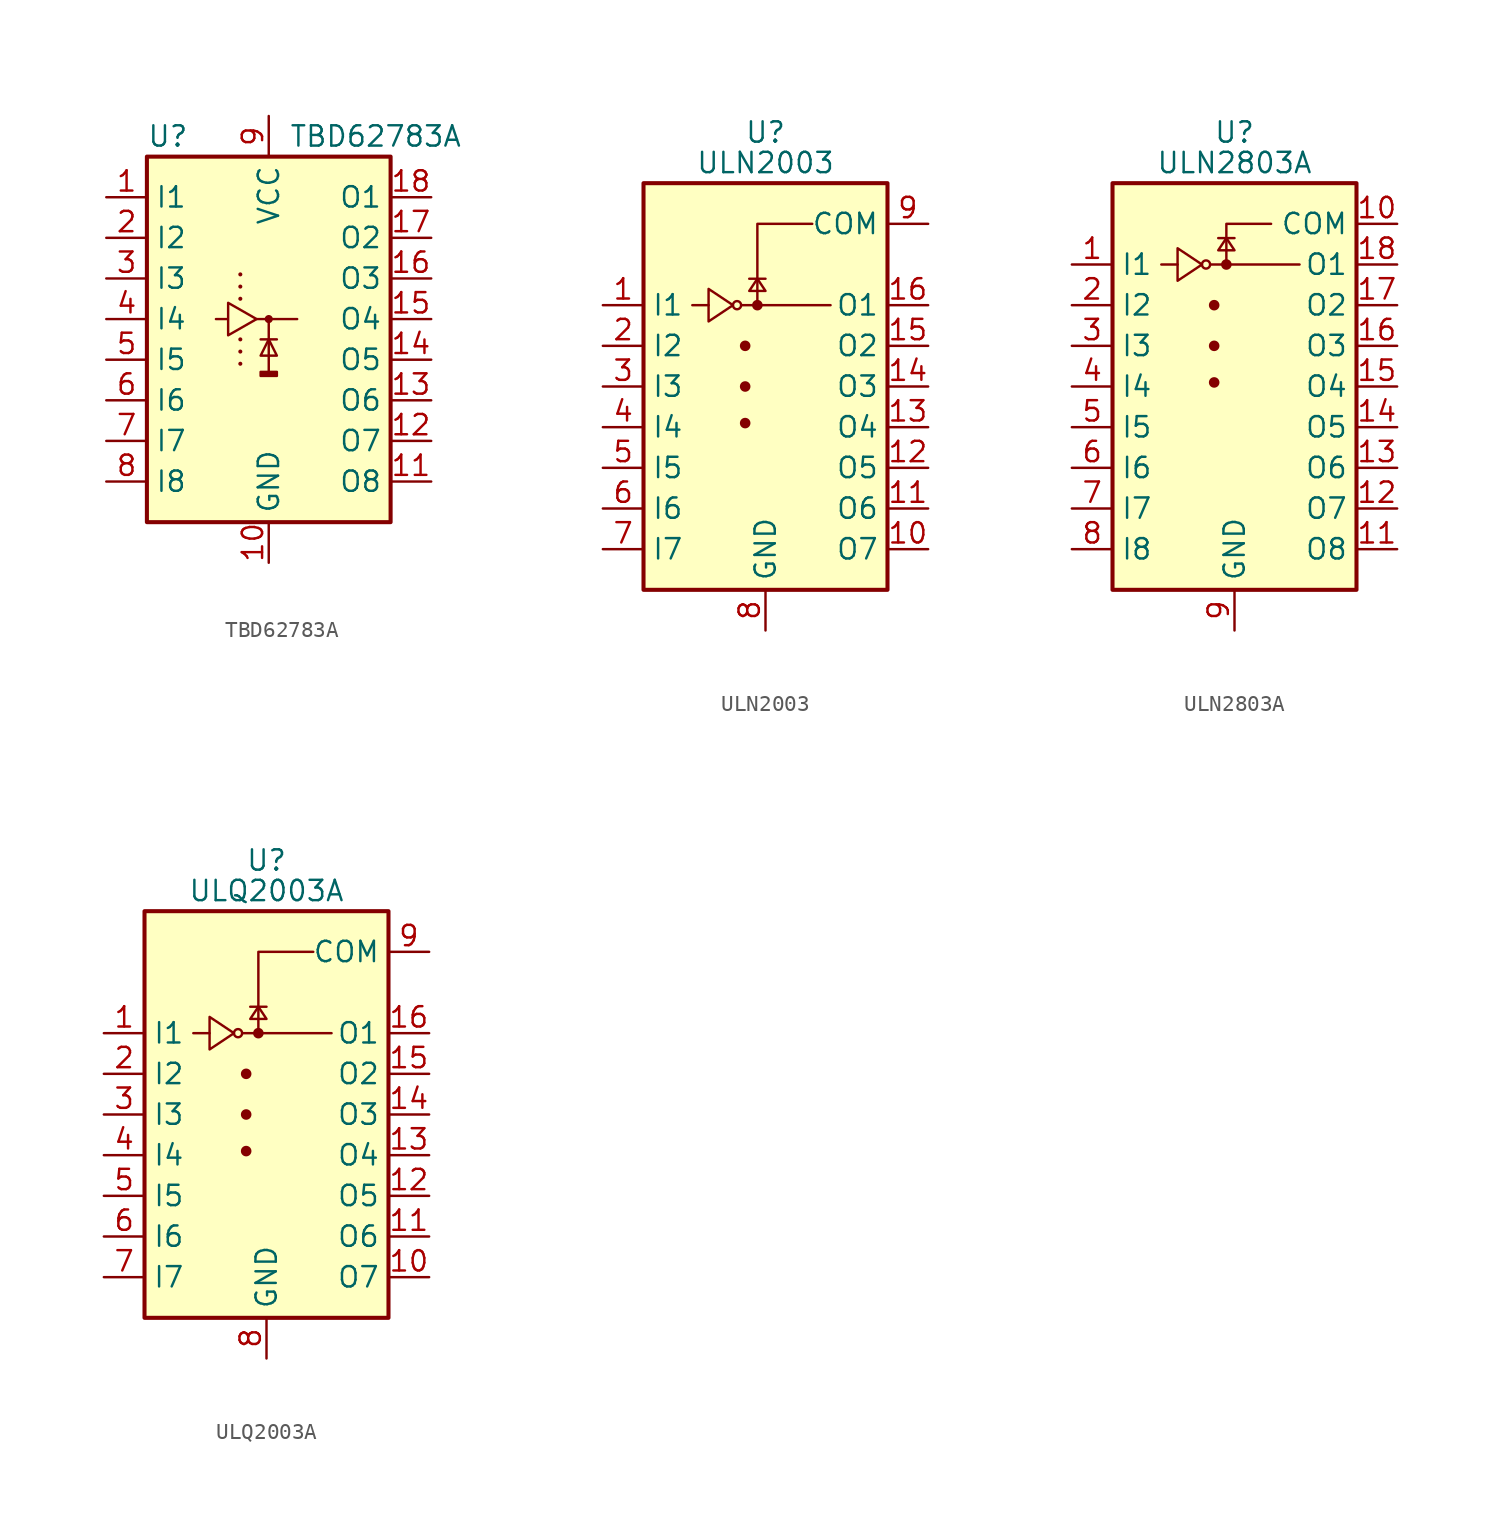
<source format=kicad_sym>
(kicad_symbol_lib
  (version 20201005)
  (generator kicad_symbol_editor)
  (symbol "Transistor_Array:TBD62783A"
    (property "Reference" "U"
      (at -7.62 11.43 0)
      (effects (font (size 1.27 1.27)) (justify left)))
    (property "Value" "TBD62783A"
      (at 1.27 11.43 0)
      (effects (font (size 1.27 1.27)) (justify left)))
    (symbol "TBD62783A_0_1"
      (rectangle (start -0.508 -3.302) (end 0.508 -3.556) (stroke (width 0)) (fill (type outline)))
      (rectangle (start -7.62 10.16) (end 7.62 -12.7) (stroke (width 0.254)) (fill (type background)))
      (polyline (pts (xy -1.778 -2.794) (xy -1.778 -2.794)) (stroke (width 0.254)) (fill (type none)))
      (polyline (pts (xy -1.778 -2.032) (xy -1.778 -2.032)) (stroke (width 0.254)) (fill (type none)))
      (polyline (pts (xy -1.778 -1.27) (xy -1.778 -1.27)) (stroke (width 0.254)) (fill (type none)))
      (polyline (pts (xy -1.778 1.27) (xy -1.778 1.27)) (stroke (width 0.254)) (fill (type none)))
      (polyline (pts (xy -1.778 2.032) (xy -1.778 2.032)) (stroke (width 0.254)) (fill (type none)))
      (polyline (pts (xy -1.778 2.794) (xy -1.778 2.794)) (stroke (width 0.254)) (fill (type none)))
      (polyline (pts (xy -0.762 0) (xy 1.778 0)) (stroke (width 0)) (fill (type none)))
      (polyline (pts (xy -0.508 -1.27) (xy 0.508 -1.27)) (stroke (width 0)) (fill (type none)))
      (polyline (pts (xy 0 0) (xy 0 -3.302)) (stroke (width 0)) (fill (type none)))
      (polyline (pts (xy 0 0) (xy 0 0)) (stroke (width 0.508)) (fill (type none)))
      (polyline (pts (xy 0 -1.27) (xy -0.508 -2.286) (xy 0.508 -2.286) (xy 0 -1.27)) (stroke (width 0)) (fill (type none)))
      (polyline (pts (xy -3.302 0) (xy -2.54 0) (xy -2.54 1.016) (xy -0.762 0) (xy -2.54 -1.016) (xy -2.54 0)) (stroke (width 0)) (fill (type none))))
    (symbol "TBD62783A_1_1"
      (pin input line (at -10.16 7.62 0) (length 2.54) (name "I1" (effects (font (size 1.27 1.27)))) (number "1" (effects (font (size 1.27 1.27)))))
      (pin power_in line (at 0 -15.24 90) (length 2.54) (name "GND" (effects (font (size 1.27 1.27)))) (number "10" (effects (font (size 1.27 1.27)))))
      (pin open_emitter line (at 10.16 -10.16 180) (length 2.54) (name "O8" (effects (font (size 1.27 1.27)))) (number "11" (effects (font (size 1.27 1.27)))))
      (pin open_emitter line (at 10.16 -7.62 180) (length 2.54) (name "O7" (effects (font (size 1.27 1.27)))) (number "12" (effects (font (size 1.27 1.27)))))
      (pin open_emitter line (at 10.16 -5.08 180) (length 2.54) (name "O6" (effects (font (size 1.27 1.27)))) (number "13" (effects (font (size 1.27 1.27)))))
      (pin open_emitter line (at 10.16 -2.54 180) (length 2.54) (name "O5" (effects (font (size 1.27 1.27)))) (number "14" (effects (font (size 1.27 1.27)))))
      (pin open_emitter line (at 10.16 0 180) (length 2.54) (name "O4" (effects (font (size 1.27 1.27)))) (number "15" (effects (font (size 1.27 1.27)))))
      (pin open_emitter line (at 10.16 2.54 180) (length 2.54) (name "O3" (effects (font (size 1.27 1.27)))) (number "16" (effects (font (size 1.27 1.27)))))
      (pin open_emitter line (at 10.16 5.08 180) (length 2.54) (name "O2" (effects (font (size 1.27 1.27)))) (number "17" (effects (font (size 1.27 1.27)))))
      (pin open_emitter line (at 10.16 7.62 180) (length 2.54) (name "O1" (effects (font (size 1.27 1.27)))) (number "18" (effects (font (size 1.27 1.27)))))
      (pin input line (at -10.16 5.08 0) (length 2.54) (name "I2" (effects (font (size 1.27 1.27)))) (number "2" (effects (font (size 1.27 1.27)))))
      (pin input line (at -10.16 2.54 0) (length 2.54) (name "I3" (effects (font (size 1.27 1.27)))) (number "3" (effects (font (size 1.27 1.27)))))
      (pin input line (at -10.16 0 0) (length 2.54) (name "I4" (effects (font (size 1.27 1.27)))) (number "4" (effects (font (size 1.27 1.27)))))
      (pin input line (at -10.16 -2.54 0) (length 2.54) (name "I5" (effects (font (size 1.27 1.27)))) (number "5" (effects (font (size 1.27 1.27)))))
      (pin input line (at -10.16 -5.08 0) (length 2.54) (name "I6" (effects (font (size 1.27 1.27)))) (number "6" (effects (font (size 1.27 1.27)))))
      (pin input line (at -10.16 -7.62 0) (length 2.54) (name "I7" (effects (font (size 1.27 1.27)))) (number "7" (effects (font (size 1.27 1.27)))))
      (pin input line (at -10.16 -10.16 0) (length 2.54) (name "I8" (effects (font (size 1.27 1.27)))) (number "8" (effects (font (size 1.27 1.27)))))
      (pin power_in line (at 0 12.7 270) (length 2.54) (name "VCC" (effects (font (size 1.27 1.27)))) (number "9" (effects (font (size 1.27 1.27)))))))
  (symbol "Transistor_Array:ULN2003"
    (property "Reference" "U"
      (at 0 15.875 0)
      (effects (font (size 1.27 1.27))))
    (property "Value" "ULN2003"
      (at 0 13.97 0)
      (effects (font (size 1.27 1.27))))
    (symbol "ULN2003_0_1"
      (circle (center -1.778 5.08) (radius 0.254) (stroke (width 0)) (fill (type none)))
      (circle (center -1.27 -2.286) (radius 0.254) (stroke (width 0)) (fill (type outline)))
      (circle (center -1.27 0) (radius 0.254) (stroke (width 0)) (fill (type outline)))
      (circle (center -1.27 2.54) (radius 0.254) (stroke (width 0)) (fill (type outline)))
      (circle (center -0.508 5.08) (radius 0.254) (stroke (width 0)) (fill (type outline)))
      (rectangle (start -7.62 -12.7) (end 7.62 12.7) (stroke (width 0.254)) (fill (type background)))
      (polyline (pts (xy -4.572 5.08) (xy -3.556 5.08)) (stroke (width 0)) (fill (type none)))
      (polyline (pts (xy -1.524 5.08) (xy 4.064 5.08)) (stroke (width 0)) (fill (type none)))
      (polyline (pts (xy 0 6.731) (xy -1.016 6.731)) (stroke (width 0)) (fill (type none)))
      (polyline (pts (xy -0.508 5.08) (xy -0.508 10.16) (xy 2.921 10.16)) (stroke (width 0)) (fill (type none)))
      (polyline (pts (xy -3.556 6.096) (xy -3.556 4.064) (xy -2.032 5.08) (xy -3.556 6.096)) (stroke (width 0)) (fill (type none)))
      (polyline (pts (xy 0 5.969) (xy -1.016 5.969) (xy -0.508 6.731) (xy 0 5.969)) (stroke (width 0)) (fill (type none))))
    (symbol "ULN2003_1_1"
      (pin input line (at -10.16 5.08 0) (length 2.54) (name "I1" (effects (font (size 1.27 1.27)))) (number "1" (effects (font (size 1.27 1.27)))))
      (pin open_collector line (at 10.16 -10.16 180) (length 2.54) (name "O7" (effects (font (size 1.27 1.27)))) (number "10" (effects (font (size 1.27 1.27)))))
      (pin open_collector line (at 10.16 -7.62 180) (length 2.54) (name "O6" (effects (font (size 1.27 1.27)))) (number "11" (effects (font (size 1.27 1.27)))))
      (pin open_collector line (at 10.16 -5.08 180) (length 2.54) (name "O5" (effects (font (size 1.27 1.27)))) (number "12" (effects (font (size 1.27 1.27)))))
      (pin open_collector line (at 10.16 -2.54 180) (length 2.54) (name "O4" (effects (font (size 1.27 1.27)))) (number "13" (effects (font (size 1.27 1.27)))))
      (pin open_collector line (at 10.16 0 180) (length 2.54) (name "O3" (effects (font (size 1.27 1.27)))) (number "14" (effects (font (size 1.27 1.27)))))
      (pin open_collector line (at 10.16 2.54 180) (length 2.54) (name "O2" (effects (font (size 1.27 1.27)))) (number "15" (effects (font (size 1.27 1.27)))))
      (pin open_collector line (at 10.16 5.08 180) (length 2.54) (name "O1" (effects (font (size 1.27 1.27)))) (number "16" (effects (font (size 1.27 1.27)))))
      (pin input line (at -10.16 2.54 0) (length 2.54) (name "I2" (effects (font (size 1.27 1.27)))) (number "2" (effects (font (size 1.27 1.27)))))
      (pin input line (at -10.16 0 0) (length 2.54) (name "I3" (effects (font (size 1.27 1.27)))) (number "3" (effects (font (size 1.27 1.27)))))
      (pin input line (at -10.16 -2.54 0) (length 2.54) (name "I4" (effects (font (size 1.27 1.27)))) (number "4" (effects (font (size 1.27 1.27)))))
      (pin input line (at -10.16 -5.08 0) (length 2.54) (name "I5" (effects (font (size 1.27 1.27)))) (number "5" (effects (font (size 1.27 1.27)))))
      (pin input line (at -10.16 -7.62 0) (length 2.54) (name "I6" (effects (font (size 1.27 1.27)))) (number "6" (effects (font (size 1.27 1.27)))))
      (pin input line (at -10.16 -10.16 0) (length 2.54) (name "I7" (effects (font (size 1.27 1.27)))) (number "7" (effects (font (size 1.27 1.27)))))
      (pin power_in line (at 0 -15.24 90) (length 2.54) (name "GND" (effects (font (size 1.27 1.27)))) (number "8" (effects (font (size 1.27 1.27)))))
      (pin passive line (at 10.16 10.16 180) (length 2.54) (name "COM" (effects (font (size 1.27 1.27)))) (number "9" (effects (font (size 1.27 1.27)))))))
  (symbol "Transistor_Array:ULN2803A"
    (property "Reference" "U"
      (at 0 13.335 0)
      (effects (font (size 1.27 1.27))))
    (property "Value" "ULN2803A"
      (at 0 11.43 0)
      (effects (font (size 1.27 1.27))))
    (symbol "ULN2803A_0_1"
      (circle (center -1.778 5.08) (radius 0.254) (stroke (width 0)) (fill (type none)))
      (circle (center -1.27 -2.286) (radius 0.254) (stroke (width 0)) (fill (type outline)))
      (circle (center -1.27 0) (radius 0.254) (stroke (width 0)) (fill (type outline)))
      (circle (center -1.27 2.54) (radius 0.254) (stroke (width 0)) (fill (type outline)))
      (circle (center -0.508 5.08) (radius 0.254) (stroke (width 0)) (fill (type outline)))
      (rectangle (start -7.62 -15.24) (end 7.62 10.16) (stroke (width 0.254)) (fill (type background)))
      (polyline (pts (xy -4.572 5.08) (xy -3.556 5.08)) (stroke (width 0)) (fill (type none)))
      (polyline (pts (xy -1.524 5.08) (xy 4.064 5.08)) (stroke (width 0)) (fill (type none)))
      (polyline (pts (xy 0 6.731) (xy -1.016 6.731)) (stroke (width 0)) (fill (type none)))
      (polyline (pts (xy -0.508 5.08) (xy -0.508 7.62) (xy 2.286 7.62)) (stroke (width 0)) (fill (type none)))
      (polyline (pts (xy -3.556 6.096) (xy -3.556 4.064) (xy -2.032 5.08) (xy -3.556 6.096)) (stroke (width 0)) (fill (type none)))
      (polyline (pts (xy 0 5.969) (xy -1.016 5.969) (xy -0.508 6.731) (xy 0 5.969)) (stroke (width 0)) (fill (type none))))
    (symbol "ULN2803A_1_1"
      (pin input line (at -10.16 5.08 0) (length 2.54) (name "I1" (effects (font (size 1.27 1.27)))) (number "1" (effects (font (size 1.27 1.27)))))
      (pin passive line (at 10.16 7.62 180) (length 2.54) (name "COM" (effects (font (size 1.27 1.27)))) (number "10" (effects (font (size 1.27 1.27)))))
      (pin open_collector line (at 10.16 -12.7 180) (length 2.54) (name "O8" (effects (font (size 1.27 1.27)))) (number "11" (effects (font (size 1.27 1.27)))))
      (pin open_collector line (at 10.16 -10.16 180) (length 2.54) (name "O7" (effects (font (size 1.27 1.27)))) (number "12" (effects (font (size 1.27 1.27)))))
      (pin open_collector line (at 10.16 -7.62 180) (length 2.54) (name "O6" (effects (font (size 1.27 1.27)))) (number "13" (effects (font (size 1.27 1.27)))))
      (pin open_collector line (at 10.16 -5.08 180) (length 2.54) (name "O5" (effects (font (size 1.27 1.27)))) (number "14" (effects (font (size 1.27 1.27)))))
      (pin open_collector line (at 10.16 -2.54 180) (length 2.54) (name "O4" (effects (font (size 1.27 1.27)))) (number "15" (effects (font (size 1.27 1.27)))))
      (pin open_collector line (at 10.16 0 180) (length 2.54) (name "O3" (effects (font (size 1.27 1.27)))) (number "16" (effects (font (size 1.27 1.27)))))
      (pin open_collector line (at 10.16 2.54 180) (length 2.54) (name "O2" (effects (font (size 1.27 1.27)))) (number "17" (effects (font (size 1.27 1.27)))))
      (pin open_collector line (at 10.16 5.08 180) (length 2.54) (name "O1" (effects (font (size 1.27 1.27)))) (number "18" (effects (font (size 1.27 1.27)))))
      (pin input line (at -10.16 2.54 0) (length 2.54) (name "I2" (effects (font (size 1.27 1.27)))) (number "2" (effects (font (size 1.27 1.27)))))
      (pin input line (at -10.16 0 0) (length 2.54) (name "I3" (effects (font (size 1.27 1.27)))) (number "3" (effects (font (size 1.27 1.27)))))
      (pin input line (at -10.16 -2.54 0) (length 2.54) (name "I4" (effects (font (size 1.27 1.27)))) (number "4" (effects (font (size 1.27 1.27)))))
      (pin input line (at -10.16 -5.08 0) (length 2.54) (name "I5" (effects (font (size 1.27 1.27)))) (number "5" (effects (font (size 1.27 1.27)))))
      (pin input line (at -10.16 -7.62 0) (length 2.54) (name "I6" (effects (font (size 1.27 1.27)))) (number "6" (effects (font (size 1.27 1.27)))))
      (pin input line (at -10.16 -10.16 0) (length 2.54) (name "I7" (effects (font (size 1.27 1.27)))) (number "7" (effects (font (size 1.27 1.27)))))
      (pin input line (at -10.16 -12.7 0) (length 2.54) (name "I8" (effects (font (size 1.27 1.27)))) (number "8" (effects (font (size 1.27 1.27)))))
      (pin power_in line (at 0 -17.78 90) (length 2.54) (name "GND" (effects (font (size 1.27 1.27)))) (number "9" (effects (font (size 1.27 1.27)))))))
  (symbol "Transistor_Array:ULQ2003A"
    (property "Reference" "U"
      (at 0 15.875 0)
      (effects (font (size 1.27 1.27))))
    (property "Value" "ULQ2003A"
      (at 0 13.97 0)
      (effects (font (size 1.27 1.27))))
    (symbol "ULQ2003A_0_1"
      (circle (center -1.778 5.08) (radius 0.254) (stroke (width 0)) (fill (type none)))
      (circle (center -1.27 -2.286) (radius 0.254) (stroke (width 0)) (fill (type outline)))
      (circle (center -1.27 0) (radius 0.254) (stroke (width 0)) (fill (type outline)))
      (circle (center -1.27 2.54) (radius 0.254) (stroke (width 0)) (fill (type outline)))
      (circle (center -0.508 5.08) (radius 0.254) (stroke (width 0)) (fill (type outline)))
      (rectangle (start -7.62 -12.7) (end 7.62 12.7) (stroke (width 0.254)) (fill (type background)))
      (polyline (pts (xy -4.572 5.08) (xy -3.556 5.08)) (stroke (width 0)) (fill (type none)))
      (polyline (pts (xy -1.524 5.08) (xy 4.064 5.08)) (stroke (width 0)) (fill (type none)))
      (polyline (pts (xy 0 6.731) (xy -1.016 6.731)) (stroke (width 0)) (fill (type none)))
      (polyline (pts (xy -0.508 5.08) (xy -0.508 10.16) (xy 2.921 10.16)) (stroke (width 0)) (fill (type none)))
      (polyline (pts (xy -3.556 6.096) (xy -3.556 4.064) (xy -2.032 5.08) (xy -3.556 6.096)) (stroke (width 0)) (fill (type none)))
      (polyline (pts (xy 0 5.969) (xy -1.016 5.969) (xy -0.508 6.731) (xy 0 5.969)) (stroke (width 0)) (fill (type none))))
    (symbol "ULQ2003A_1_1"
      (pin input line (at -10.16 5.08 0) (length 2.54) (name "I1" (effects (font (size 1.27 1.27)))) (number "1" (effects (font (size 1.27 1.27)))))
      (pin open_collector line (at 10.16 -10.16 180) (length 2.54) (name "O7" (effects (font (size 1.27 1.27)))) (number "10" (effects (font (size 1.27 1.27)))))
      (pin open_collector line (at 10.16 -7.62 180) (length 2.54) (name "O6" (effects (font (size 1.27 1.27)))) (number "11" (effects (font (size 1.27 1.27)))))
      (pin open_collector line (at 10.16 -5.08 180) (length 2.54) (name "O5" (effects (font (size 1.27 1.27)))) (number "12" (effects (font (size 1.27 1.27)))))
      (pin open_collector line (at 10.16 -2.54 180) (length 2.54) (name "O4" (effects (font (size 1.27 1.27)))) (number "13" (effects (font (size 1.27 1.27)))))
      (pin open_collector line (at 10.16 0 180) (length 2.54) (name "O3" (effects (font (size 1.27 1.27)))) (number "14" (effects (font (size 1.27 1.27)))))
      (pin open_collector line (at 10.16 2.54 180) (length 2.54) (name "O2" (effects (font (size 1.27 1.27)))) (number "15" (effects (font (size 1.27 1.27)))))
      (pin open_collector line (at 10.16 5.08 180) (length 2.54) (name "O1" (effects (font (size 1.27 1.27)))) (number "16" (effects (font (size 1.27 1.27)))))
      (pin input line (at -10.16 2.54 0) (length 2.54) (name "I2" (effects (font (size 1.27 1.27)))) (number "2" (effects (font (size 1.27 1.27)))))
      (pin input line (at -10.16 0 0) (length 2.54) (name "I3" (effects (font (size 1.27 1.27)))) (number "3" (effects (font (size 1.27 1.27)))))
      (pin input line (at -10.16 -2.54 0) (length 2.54) (name "I4" (effects (font (size 1.27 1.27)))) (number "4" (effects (font (size 1.27 1.27)))))
      (pin input line (at -10.16 -5.08 0) (length 2.54) (name "I5" (effects (font (size 1.27 1.27)))) (number "5" (effects (font (size 1.27 1.27)))))
      (pin input line (at -10.16 -7.62 0) (length 2.54) (name "I6" (effects (font (size 1.27 1.27)))) (number "6" (effects (font (size 1.27 1.27)))))
      (pin input line (at -10.16 -10.16 0) (length 2.54) (name "I7" (effects (font (size 1.27 1.27)))) (number "7" (effects (font (size 1.27 1.27)))))
      (pin power_in line (at 0 -15.24 90) (length 2.54) (name "GND" (effects (font (size 1.27 1.27)))) (number "8" (effects (font (size 1.27 1.27)))))
      (pin passive line (at 10.16 10.16 180) (length 2.54) (name "COM" (effects (font (size 1.27 1.27)))) (number "9" (effects (font (size 1.27 1.27))))))))
</source>
